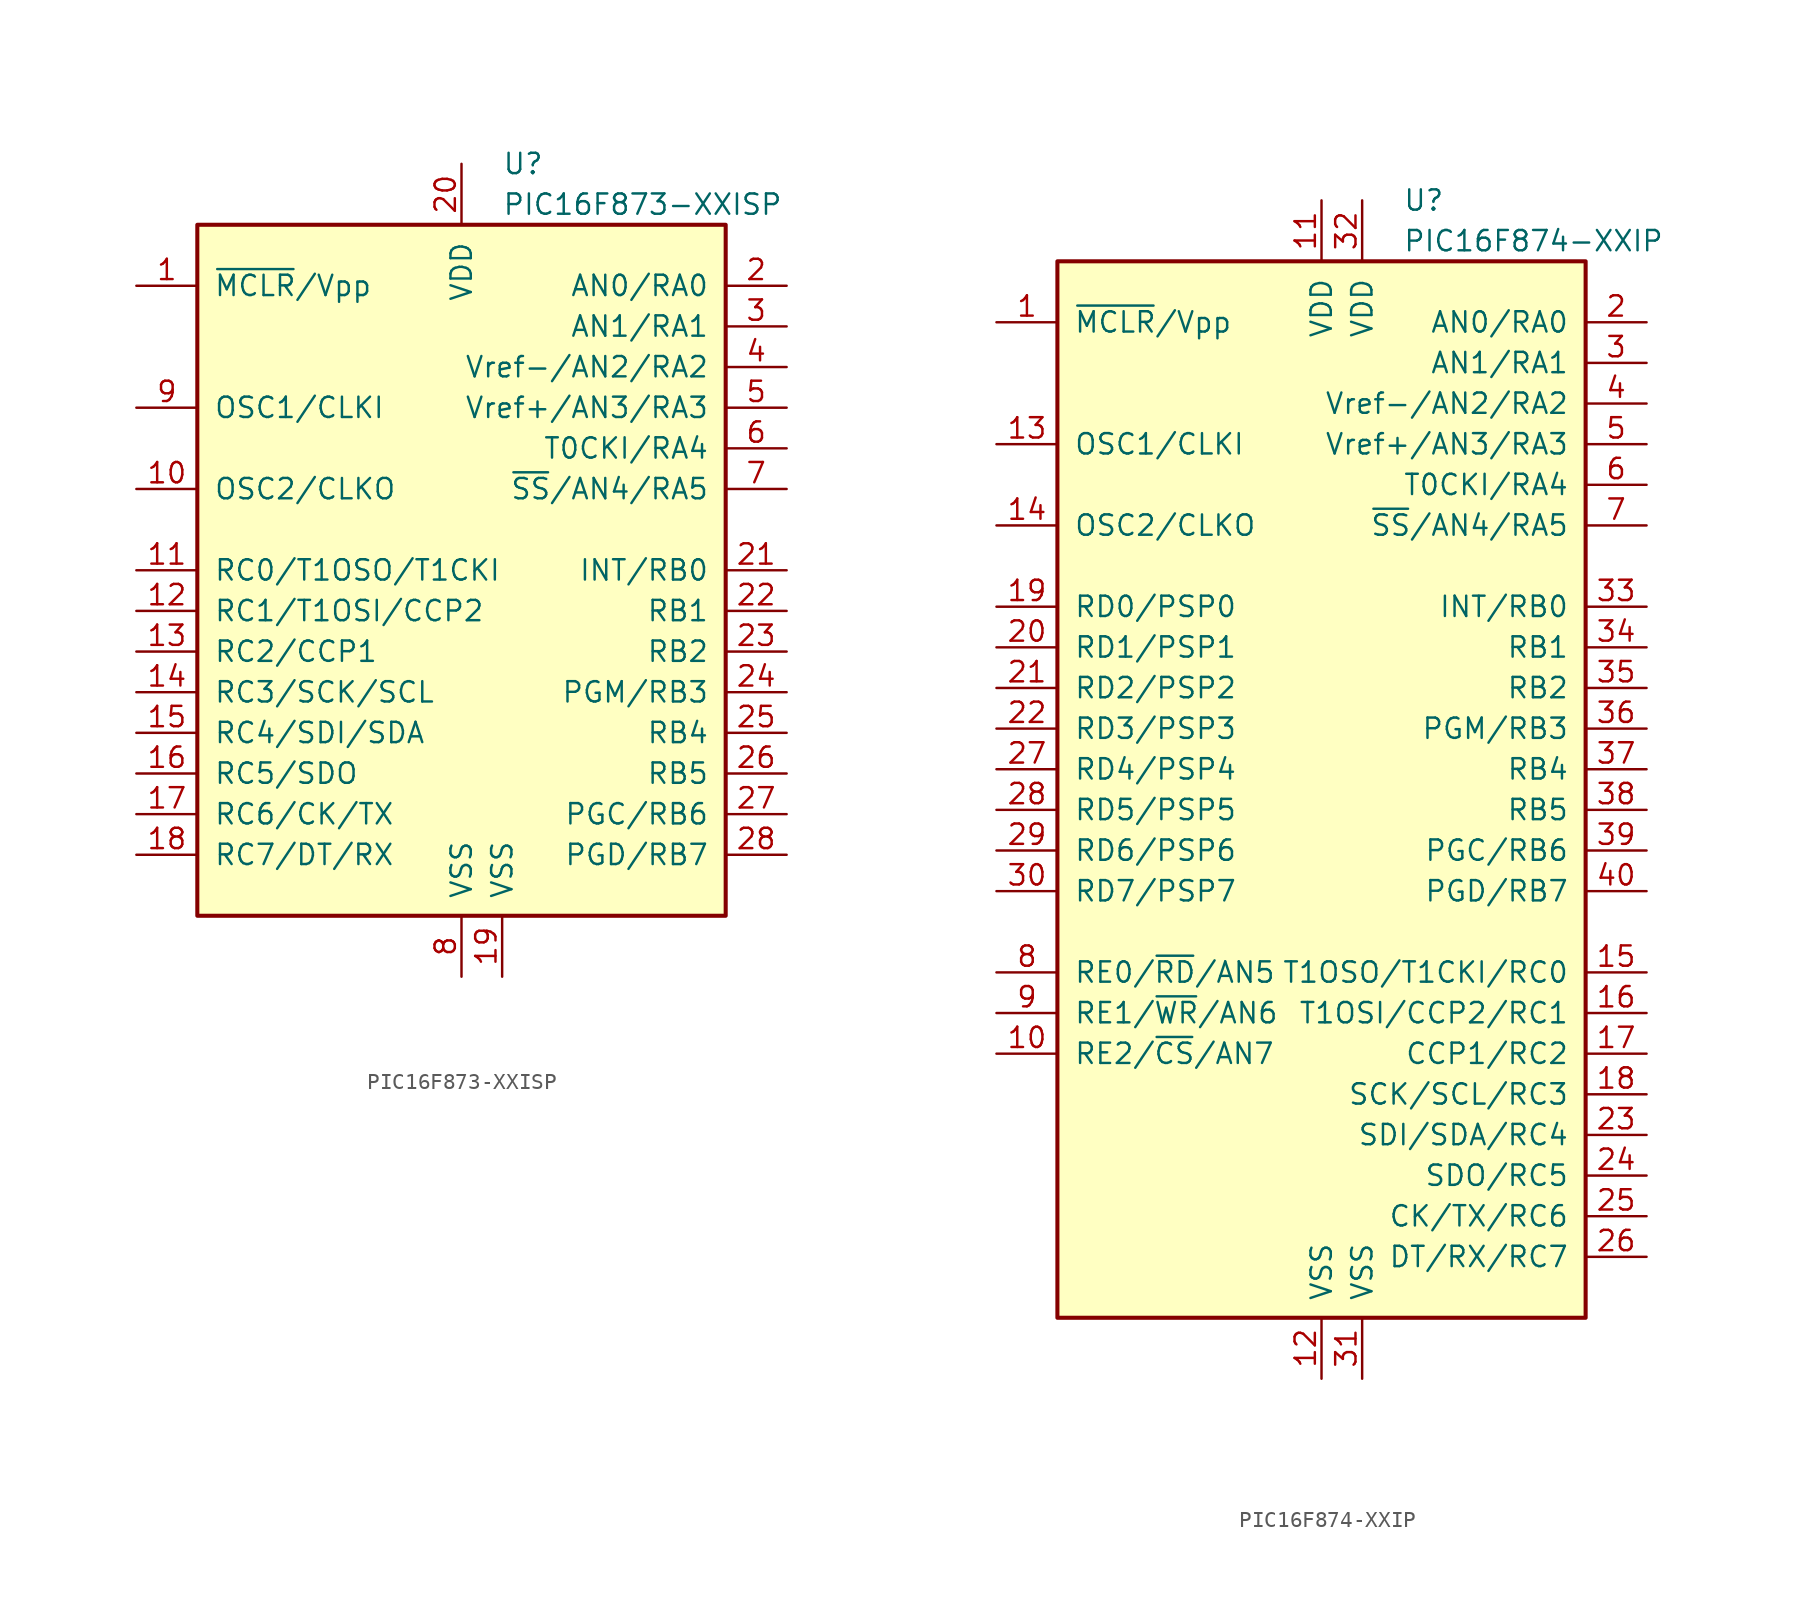
<source format=kicad_sym>
(kicad_symbol_lib
  (version 20200908)
  (generator kicad_symbol_editor)
  (symbol "MCU_Microchip_PIC16:PIC16F873-XXISP"
    (pin_names
      (offset 1.016))
    (property "Reference" "U"
      (at 2.54 25.4 0)
      (effects (font (size 1.27 1.27)) (justify left)))
    (property "Value" "PIC16F873-XXISP"
      (at 2.54 22.86 0)
      (effects (font (size 1.27 1.27)) (justify left)))
    (symbol "PIC16F873-XXISP_0_1"
      (rectangle (start -16.51 21.59) (end 16.51 -21.59) (stroke (width 0.254)) (fill (type background))))
    (symbol "PIC16F873-XXISP_1_1"
      (pin input line (at -20.32 17.78 0) (length 3.81) (name "~MCLR~/Vpp" (effects (font (size 1.27 1.27)))) (number "1" (effects (font (size 1.27 1.27)))))
      (pin output line (at -20.32 5.08 0) (length 3.81) (name "OSC2/CLKO" (effects (font (size 1.27 1.27)))) (number "10" (effects (font (size 1.27 1.27)))))
      (pin bidirectional line (at -20.32 0 0) (length 3.81) (name "RC0/T1OSO/T1CKI" (effects (font (size 1.27 1.27)))) (number "11" (effects (font (size 1.27 1.27)))))
      (pin bidirectional line (at -20.32 -2.54 0) (length 3.81) (name "RC1/T1OSI/CCP2" (effects (font (size 1.27 1.27)))) (number "12" (effects (font (size 1.27 1.27)))))
      (pin bidirectional line (at -20.32 -5.08 0) (length 3.81) (name "RC2/CCP1" (effects (font (size 1.27 1.27)))) (number "13" (effects (font (size 1.27 1.27)))))
      (pin bidirectional line (at -20.32 -7.62 0) (length 3.81) (name "RC3/SCK/SCL" (effects (font (size 1.27 1.27)))) (number "14" (effects (font (size 1.27 1.27)))))
      (pin bidirectional line (at -20.32 -10.16 0) (length 3.81) (name "RC4/SDI/SDA" (effects (font (size 1.27 1.27)))) (number "15" (effects (font (size 1.27 1.27)))))
      (pin bidirectional line (at -20.32 -12.7 0) (length 3.81) (name "RC5/SDO" (effects (font (size 1.27 1.27)))) (number "16" (effects (font (size 1.27 1.27)))))
      (pin bidirectional line (at -20.32 -15.24 0) (length 3.81) (name "RC6/CK/TX" (effects (font (size 1.27 1.27)))) (number "17" (effects (font (size 1.27 1.27)))))
      (pin bidirectional line (at -20.32 -17.78 0) (length 3.81) (name "RC7/DT/RX" (effects (font (size 1.27 1.27)))) (number "18" (effects (font (size 1.27 1.27)))))
      (pin power_in line (at 2.54 -25.4 90) (length 3.81) (name "VSS" (effects (font (size 1.27 1.27)))) (number "19" (effects (font (size 1.27 1.27)))))
      (pin bidirectional line (at 20.32 17.78 180) (length 3.81) (name "AN0/RA0" (effects (font (size 1.27 1.27)))) (number "2" (effects (font (size 1.27 1.27)))))
      (pin power_in line (at 0 25.4 270) (length 3.81) (name "VDD" (effects (font (size 1.27 1.27)))) (number "20" (effects (font (size 1.27 1.27)))))
      (pin bidirectional line (at 20.32 0 180) (length 3.81) (name "INT/RB0" (effects (font (size 1.27 1.27)))) (number "21" (effects (font (size 1.27 1.27)))))
      (pin bidirectional line (at 20.32 -2.54 180) (length 3.81) (name "RB1" (effects (font (size 1.27 1.27)))) (number "22" (effects (font (size 1.27 1.27)))))
      (pin bidirectional line (at 20.32 -5.08 180) (length 3.81) (name "RB2" (effects (font (size 1.27 1.27)))) (number "23" (effects (font (size 1.27 1.27)))))
      (pin bidirectional line (at 20.32 -7.62 180) (length 3.81) (name "PGM/RB3" (effects (font (size 1.27 1.27)))) (number "24" (effects (font (size 1.27 1.27)))))
      (pin bidirectional line (at 20.32 -10.16 180) (length 3.81) (name "RB4" (effects (font (size 1.27 1.27)))) (number "25" (effects (font (size 1.27 1.27)))))
      (pin bidirectional line (at 20.32 -12.7 180) (length 3.81) (name "RB5" (effects (font (size 1.27 1.27)))) (number "26" (effects (font (size 1.27 1.27)))))
      (pin bidirectional line (at 20.32 -15.24 180) (length 3.81) (name "PGC/RB6" (effects (font (size 1.27 1.27)))) (number "27" (effects (font (size 1.27 1.27)))))
      (pin bidirectional line (at 20.32 -17.78 180) (length 3.81) (name "PGD/RB7" (effects (font (size 1.27 1.27)))) (number "28" (effects (font (size 1.27 1.27)))))
      (pin bidirectional line (at 20.32 15.24 180) (length 3.81) (name "AN1/RA1" (effects (font (size 1.27 1.27)))) (number "3" (effects (font (size 1.27 1.27)))))
      (pin bidirectional line (at 20.32 12.7 180) (length 3.81) (name "Vref-/AN2/RA2" (effects (font (size 1.27 1.27)))) (number "4" (effects (font (size 1.27 1.27)))))
      (pin bidirectional line (at 20.32 10.16 180) (length 3.81) (name "Vref+/AN3/RA3" (effects (font (size 1.27 1.27)))) (number "5" (effects (font (size 1.27 1.27)))))
      (pin bidirectional line (at 20.32 7.62 180) (length 3.81) (name "T0CKI/RA4" (effects (font (size 1.27 1.27)))) (number "6" (effects (font (size 1.27 1.27)))))
      (pin bidirectional line (at 20.32 5.08 180) (length 3.81) (name "~SS~/AN4/RA5" (effects (font (size 1.27 1.27)))) (number "7" (effects (font (size 1.27 1.27)))))
      (pin power_in line (at 0 -25.4 90) (length 3.81) (name "VSS" (effects (font (size 1.27 1.27)))) (number "8" (effects (font (size 1.27 1.27)))))
      (pin input line (at -20.32 10.16 0) (length 3.81) (name "OSC1/CLKI" (effects (font (size 1.27 1.27)))) (number "9" (effects (font (size 1.27 1.27)))))))
  (symbol "MCU_Microchip_PIC16:PIC16F874-XXIP"
    (pin_names
      (offset 1.016))
    (property "Reference" "U"
      (at 5.08 35.56 0)
      (effects (font (size 1.27 1.27)) (justify left)))
    (property "Value" "PIC16F874-XXIP"
      (at 5.08 33.02 0)
      (effects (font (size 1.27 1.27)) (justify left)))
    (symbol "PIC16F874-XXIP_0_1"
      (rectangle (start -16.51 31.75) (end 16.51 -34.29) (stroke (width 0.254)) (fill (type background))))
    (symbol "PIC16F874-XXIP_1_1"
      (pin input line (at -20.32 27.94 0) (length 3.81) (name "~MCLR~/Vpp" (effects (font (size 1.27 1.27)))) (number "1" (effects (font (size 1.27 1.27)))))
      (pin bidirectional line (at -20.32 -17.78 0) (length 3.81) (name "RE2/~CS~/AN7" (effects (font (size 1.27 1.27)))) (number "10" (effects (font (size 1.27 1.27)))))
      (pin power_in line (at 0 35.56 270) (length 3.81) (name "VDD" (effects (font (size 1.27 1.27)))) (number "11" (effects (font (size 1.27 1.27)))))
      (pin power_in line (at 0 -38.1 90) (length 3.81) (name "VSS" (effects (font (size 1.27 1.27)))) (number "12" (effects (font (size 1.27 1.27)))))
      (pin input line (at -20.32 20.32 0) (length 3.81) (name "OSC1/CLKI" (effects (font (size 1.27 1.27)))) (number "13" (effects (font (size 1.27 1.27)))))
      (pin output line (at -20.32 15.24 0) (length 3.81) (name "OSC2/CLKO" (effects (font (size 1.27 1.27)))) (number "14" (effects (font (size 1.27 1.27)))))
      (pin bidirectional line (at 20.32 -12.7 180) (length 3.81) (name "T1OSO/T1CKI/RC0" (effects (font (size 1.27 1.27)))) (number "15" (effects (font (size 1.27 1.27)))))
      (pin bidirectional line (at 20.32 -15.24 180) (length 3.81) (name "T1OSI/CCP2/RC1" (effects (font (size 1.27 1.27)))) (number "16" (effects (font (size 1.27 1.27)))))
      (pin bidirectional line (at 20.32 -17.78 180) (length 3.81) (name "CCP1/RC2" (effects (font (size 1.27 1.27)))) (number "17" (effects (font (size 1.27 1.27)))))
      (pin bidirectional line (at 20.32 -20.32 180) (length 3.81) (name "SCK/SCL/RC3" (effects (font (size 1.27 1.27)))) (number "18" (effects (font (size 1.27 1.27)))))
      (pin bidirectional line (at -20.32 10.16 0) (length 3.81) (name "RD0/PSP0" (effects (font (size 1.27 1.27)))) (number "19" (effects (font (size 1.27 1.27)))))
      (pin bidirectional line (at 20.32 27.94 180) (length 3.81) (name "AN0/RA0" (effects (font (size 1.27 1.27)))) (number "2" (effects (font (size 1.27 1.27)))))
      (pin bidirectional line (at -20.32 7.62 0) (length 3.81) (name "RD1/PSP1" (effects (font (size 1.27 1.27)))) (number "20" (effects (font (size 1.27 1.27)))))
      (pin bidirectional line (at -20.32 5.08 0) (length 3.81) (name "RD2/PSP2" (effects (font (size 1.27 1.27)))) (number "21" (effects (font (size 1.27 1.27)))))
      (pin bidirectional line (at -20.32 2.54 0) (length 3.81) (name "RD3/PSP3" (effects (font (size 1.27 1.27)))) (number "22" (effects (font (size 1.27 1.27)))))
      (pin bidirectional line (at 20.32 -22.86 180) (length 3.81) (name "SDI/SDA/RC4" (effects (font (size 1.27 1.27)))) (number "23" (effects (font (size 1.27 1.27)))))
      (pin bidirectional line (at 20.32 -25.4 180) (length 3.81) (name "SDO/RC5" (effects (font (size 1.27 1.27)))) (number "24" (effects (font (size 1.27 1.27)))))
      (pin bidirectional line (at 20.32 -27.94 180) (length 3.81) (name "CK/TX/RC6" (effects (font (size 1.27 1.27)))) (number "25" (effects (font (size 1.27 1.27)))))
      (pin bidirectional line (at 20.32 -30.48 180) (length 3.81) (name "DT/RX/RC7" (effects (font (size 1.27 1.27)))) (number "26" (effects (font (size 1.27 1.27)))))
      (pin bidirectional line (at -20.32 0 0) (length 3.81) (name "RD4/PSP4" (effects (font (size 1.27 1.27)))) (number "27" (effects (font (size 1.27 1.27)))))
      (pin bidirectional line (at -20.32 -2.54 0) (length 3.81) (name "RD5/PSP5" (effects (font (size 1.27 1.27)))) (number "28" (effects (font (size 1.27 1.27)))))
      (pin bidirectional line (at -20.32 -5.08 0) (length 3.81) (name "RD6/PSP6" (effects (font (size 1.27 1.27)))) (number "29" (effects (font (size 1.27 1.27)))))
      (pin bidirectional line (at 20.32 25.4 180) (length 3.81) (name "AN1/RA1" (effects (font (size 1.27 1.27)))) (number "3" (effects (font (size 1.27 1.27)))))
      (pin bidirectional line (at -20.32 -7.62 0) (length 3.81) (name "RD7/PSP7" (effects (font (size 1.27 1.27)))) (number "30" (effects (font (size 1.27 1.27)))))
      (pin power_in line (at 2.54 -38.1 90) (length 3.81) (name "VSS" (effects (font (size 1.27 1.27)))) (number "31" (effects (font (size 1.27 1.27)))))
      (pin power_in line (at 2.54 35.56 270) (length 3.81) (name "VDD" (effects (font (size 1.27 1.27)))) (number "32" (effects (font (size 1.27 1.27)))))
      (pin bidirectional line (at 20.32 10.16 180) (length 3.81) (name "INT/RB0" (effects (font (size 1.27 1.27)))) (number "33" (effects (font (size 1.27 1.27)))))
      (pin bidirectional line (at 20.32 7.62 180) (length 3.81) (name "RB1" (effects (font (size 1.27 1.27)))) (number "34" (effects (font (size 1.27 1.27)))))
      (pin bidirectional line (at 20.32 5.08 180) (length 3.81) (name "RB2" (effects (font (size 1.27 1.27)))) (number "35" (effects (font (size 1.27 1.27)))))
      (pin bidirectional line (at 20.32 2.54 180) (length 3.81) (name "PGM/RB3" (effects (font (size 1.27 1.27)))) (number "36" (effects (font (size 1.27 1.27)))))
      (pin bidirectional line (at 20.32 0 180) (length 3.81) (name "RB4" (effects (font (size 1.27 1.27)))) (number "37" (effects (font (size 1.27 1.27)))))
      (pin bidirectional line (at 20.32 -2.54 180) (length 3.81) (name "RB5" (effects (font (size 1.27 1.27)))) (number "38" (effects (font (size 1.27 1.27)))))
      (pin bidirectional line (at 20.32 -5.08 180) (length 3.81) (name "PGC/RB6" (effects (font (size 1.27 1.27)))) (number "39" (effects (font (size 1.27 1.27)))))
      (pin bidirectional line (at 20.32 22.86 180) (length 3.81) (name "Vref-/AN2/RA2" (effects (font (size 1.27 1.27)))) (number "4" (effects (font (size 1.27 1.27)))))
      (pin bidirectional line (at 20.32 -7.62 180) (length 3.81) (name "PGD/RB7" (effects (font (size 1.27 1.27)))) (number "40" (effects (font (size 1.27 1.27)))))
      (pin bidirectional line (at 20.32 20.32 180) (length 3.81) (name "Vref+/AN3/RA3" (effects (font (size 1.27 1.27)))) (number "5" (effects (font (size 1.27 1.27)))))
      (pin bidirectional line (at 20.32 17.78 180) (length 3.81) (name "T0CKI/RA4" (effects (font (size 1.27 1.27)))) (number "6" (effects (font (size 1.27 1.27)))))
      (pin bidirectional line (at 20.32 15.24 180) (length 3.81) (name "~SS~/AN4/RA5" (effects (font (size 1.27 1.27)))) (number "7" (effects (font (size 1.27 1.27)))))
      (pin bidirectional line (at -20.32 -12.7 0) (length 3.81) (name "RE0/~RD~/AN5" (effects (font (size 1.27 1.27)))) (number "8" (effects (font (size 1.27 1.27)))))
      (pin bidirectional line (at -20.32 -15.24 0) (length 3.81) (name "RE1/~WR~/AN6" (effects (font (size 1.27 1.27)))) (number "9" (effects (font (size 1.27 1.27))))))))
</source>
